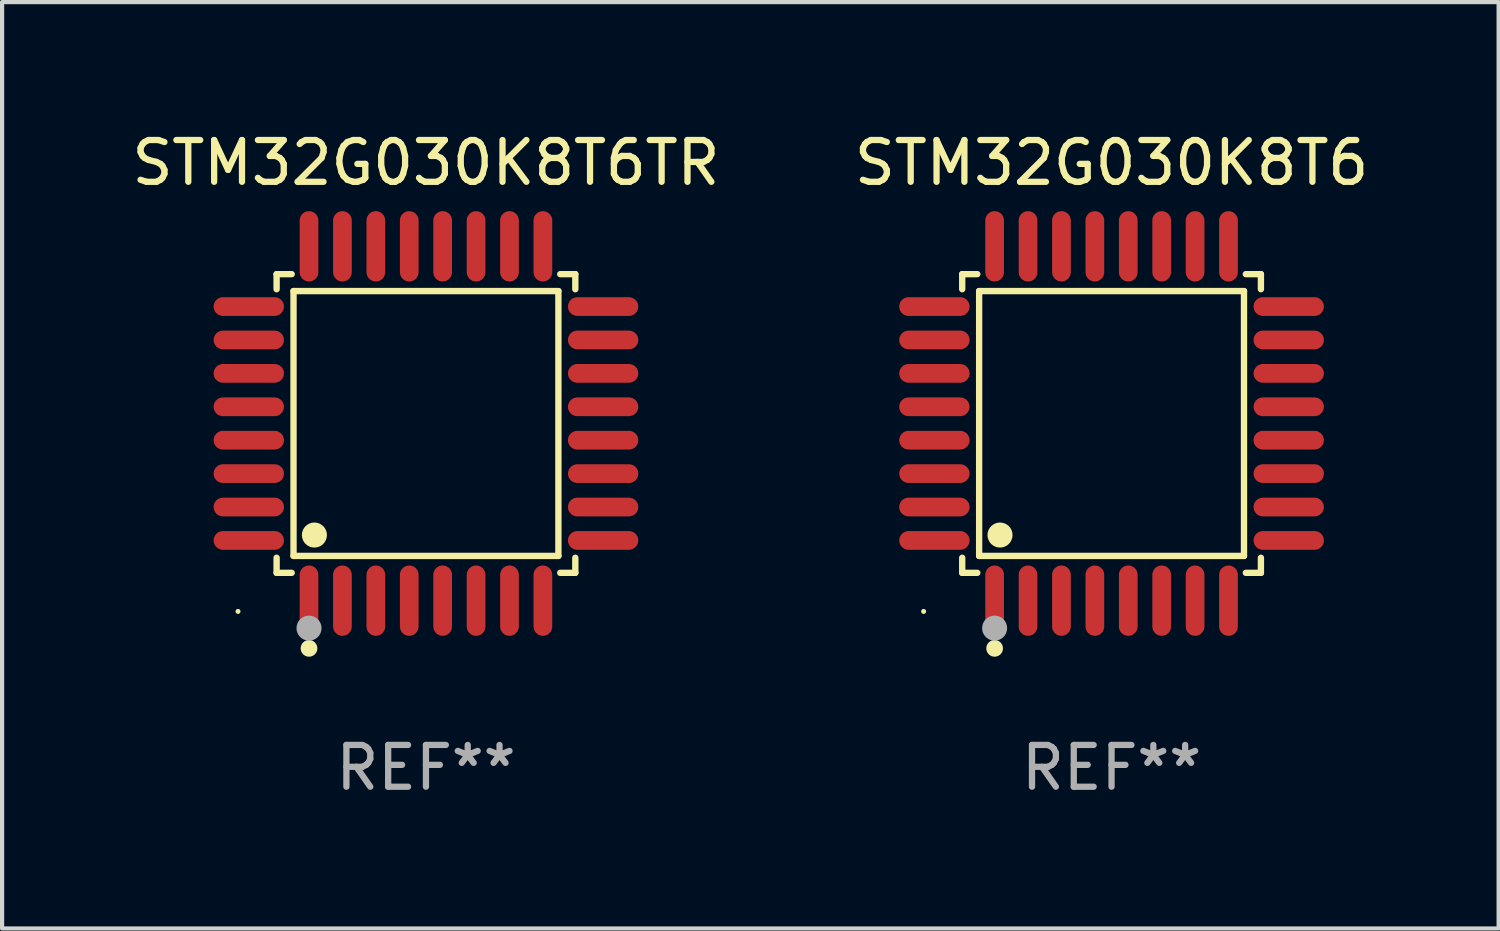
<source format=kicad_pcb>
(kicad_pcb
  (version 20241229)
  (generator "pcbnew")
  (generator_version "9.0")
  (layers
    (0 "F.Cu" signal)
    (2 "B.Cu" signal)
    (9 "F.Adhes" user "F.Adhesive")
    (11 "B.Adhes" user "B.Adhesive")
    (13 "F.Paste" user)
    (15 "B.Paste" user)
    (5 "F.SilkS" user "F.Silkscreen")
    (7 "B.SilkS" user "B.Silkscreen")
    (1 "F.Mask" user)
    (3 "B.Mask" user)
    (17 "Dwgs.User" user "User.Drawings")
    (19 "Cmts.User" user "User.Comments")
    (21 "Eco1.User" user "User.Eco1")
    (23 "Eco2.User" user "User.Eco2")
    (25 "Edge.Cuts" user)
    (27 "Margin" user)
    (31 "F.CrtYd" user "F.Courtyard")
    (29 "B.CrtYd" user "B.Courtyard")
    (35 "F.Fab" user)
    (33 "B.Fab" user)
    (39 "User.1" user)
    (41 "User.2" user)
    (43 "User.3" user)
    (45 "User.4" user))
  (footprint "STM32G030K8T6"
    (layer "F.Cu")
    (at 23.565 7.09)
    (property "Reference" "STM32G030K8T6" (at 0 -6.242 0) (layer "F.SilkS") (effects (font (size 1 1) (thickness 0.15))))
    (attr through_hole)
    (fp_line (start -3.576 -3.576) (end -3.215 -3.576) (stroke (width 0.152) (type solid)) (layer "F.SilkS"))
    (fp_line (start -3.576 -3.215) (end -3.576 -3.576) (stroke (width 0.152) (type solid)) (layer "F.SilkS"))
    (fp_line (start -3.576 3.215) (end -3.576 3.576) (stroke (width 0.152) (type solid)) (layer "F.SilkS"))
    (fp_line (start -3.576 3.576) (end -3.215 3.576) (stroke (width 0.152) (type solid)) (layer "F.SilkS"))
    (fp_line (start -3.171 -3.171) (end 3.171 -3.171) (stroke (width 0.152) (type solid)) (layer "F.SilkS"))
    (fp_line (start -3.171 3.171) (end -3.171 -3.171) (stroke (width 0.152) (type solid)) (layer "F.SilkS"))
    (fp_line (start 3.171 -3.171) (end 3.171 3.171) (stroke (width 0.152) (type solid)) (layer "F.SilkS"))
    (fp_line (start 3.171 3.171) (end -3.171 3.171) (stroke (width 0.152) (type solid)) (layer "F.SilkS"))
    (fp_line (start 3.576 -3.576) (end 3.215 -3.576) (stroke (width 0.152) (type solid)) (layer "F.SilkS"))
    (fp_line (start 3.576 -3.215) (end 3.576 -3.576) (stroke (width 0.152) (type solid)) (layer "F.SilkS"))
    (fp_line (start 3.576 3.215) (end 3.576 3.576) (stroke (width 0.152) (type solid)) (layer "F.SilkS"))
    (fp_line (start 3.576 3.576) (end 3.215 3.576) (stroke (width 0.152) (type solid)) (layer "F.SilkS"))
    (fp_circle (center -4.5 4.5) (end -4.47 4.5) (stroke (width 0.06) (type solid)) (fill no) (layer "F.SilkS"))
    (fp_circle (center -2.8 5.384) (end -2.7 5.384) (stroke (width 0.2) (type solid)) (fill no) (layer "F.SilkS"))
    (fp_circle (center -2.671 2.671) (end -2.521 2.671) (stroke (width 0.3) (type solid)) (fill no) (layer "F.SilkS"))
    (fp_circle (center -2.8 4.9) (end -2.65 4.9) (stroke (width 0.3) (type solid)) (fill no) (layer "F.Fab"))
    (fp_text user "REF**" (at 0 8.242 0) (layer "F.Fab") (effects (font (size 1 1) (thickness 0.15))))
    (pad "1" smd oval (at -2.8 4.242) (size 0.448 1.684) (layers "F.Cu" "F.Mask" "F.Paste"))
    (pad "2" smd oval (at -2 4.242) (size 0.448 1.684) (layers "F.Cu" "F.Mask" "F.Paste"))
    (pad "3" smd oval (at -1.2 4.242) (size 0.448 1.684) (layers "F.Cu" "F.Mask" "F.Paste"))
    (pad "4" smd oval (at -0.4 4.242) (size 0.448 1.684) (layers "F.Cu" "F.Mask" "F.Paste"))
    (pad "5" smd oval (at 0.4 4.242) (size 0.448 1.684) (layers "F.Cu" "F.Mask" "F.Paste"))
    (pad "6" smd oval (at 1.2 4.242) (size 0.448 1.684) (layers "F.Cu" "F.Mask" "F.Paste"))
    (pad "7" smd oval (at 2 4.242) (size 0.448 1.684) (layers "F.Cu" "F.Mask" "F.Paste"))
    (pad "8" smd oval (at 2.8 4.242) (size 0.448 1.684) (layers "F.Cu" "F.Mask" "F.Paste"))
    (pad "9" smd oval (at 4.242 2.8) (size 1.684 0.448) (layers "F.Cu" "F.Mask" "F.Paste"))
    (pad "10" smd oval (at 4.242 2) (size 1.684 0.448) (layers "F.Cu" "F.Mask" "F.Paste"))
    (pad "11" smd oval (at 4.242 1.2) (size 1.684 0.448) (layers "F.Cu" "F.Mask" "F.Paste"))
    (pad "12" smd oval (at 4.242 0.4) (size 1.684 0.448) (layers "F.Cu" "F.Mask" "F.Paste"))
    (pad "13" smd oval (at 4.242 -0.4) (size 1.684 0.448) (layers "F.Cu" "F.Mask" "F.Paste"))
    (pad "14" smd oval (at 4.242 -1.2) (size 1.684 0.448) (layers "F.Cu" "F.Mask" "F.Paste"))
    (pad "15" smd oval (at 4.242 -2) (size 1.684 0.448) (layers "F.Cu" "F.Mask" "F.Paste"))
    (pad "16" smd oval (at 4.242 -2.8) (size 1.684 0.448) (layers "F.Cu" "F.Mask" "F.Paste"))
    (pad "17" smd oval (at 2.8 -4.242) (size 0.448 1.684) (layers "F.Cu" "F.Mask" "F.Paste"))
    (pad "18" smd oval (at 2 -4.242) (size 0.448 1.684) (layers "F.Cu" "F.Mask" "F.Paste"))
    (pad "19" smd oval (at 1.2 -4.242) (size 0.448 1.684) (layers "F.Cu" "F.Mask" "F.Paste"))
    (pad "20" smd oval (at 0.4 -4.242) (size 0.448 1.684) (layers "F.Cu" "F.Mask" "F.Paste"))
    (pad "21" smd oval (at -0.4 -4.242) (size 0.448 1.684) (layers "F.Cu" "F.Mask" "F.Paste"))
    (pad "22" smd oval (at -1.2 -4.242) (size 0.448 1.684) (layers "F.Cu" "F.Mask" "F.Paste"))
    (pad "23" smd oval (at -2 -4.242) (size 0.448 1.684) (layers "F.Cu" "F.Mask" "F.Paste"))
    (pad "24" smd oval (at -2.8 -4.242) (size 0.448 1.684) (layers "F.Cu" "F.Mask" "F.Paste"))
    (pad "25" smd oval (at -4.242 -2.8) (size 1.684 0.448) (layers "F.Cu" "F.Mask" "F.Paste"))
    (pad "26" smd oval (at -4.242 -2) (size 1.684 0.448) (layers "F.Cu" "F.Mask" "F.Paste"))
    (pad "27" smd oval (at -4.242 -1.2) (size 1.684 0.448) (layers "F.Cu" "F.Mask" "F.Paste"))
    (pad "28" smd oval (at -4.242 -0.4) (size 1.684 0.448) (layers "F.Cu" "F.Mask" "F.Paste"))
    (pad "29" smd oval (at -4.242 0.4) (size 1.684 0.448) (layers "F.Cu" "F.Mask" "F.Paste"))
    (pad "30" smd oval (at -4.242 1.2) (size 1.684 0.448) (layers "F.Cu" "F.Mask" "F.Paste"))
    (pad "31" smd oval (at -4.242 2) (size 1.684 0.448) (layers "F.Cu" "F.Mask" "F.Paste"))
    (pad "32" smd oval (at -4.242 2.8) (size 1.684 0.448) (layers "F.Cu" "F.Mask" "F.Paste")))
  (footprint "STM32G030K8T6TR"
    (layer "F.Cu")
    (at 7.149 7.09)
    (property "Reference" "STM32G030K8T6TR" (at 0 -6.242 0) (layer "F.SilkS") (effects (font (size 1 1) (thickness 0.15))))
    (attr through_hole)
    (fp_line (start -3.576 -3.576) (end -3.215 -3.576) (stroke (width 0.152) (type solid)) (layer "F.SilkS"))
    (fp_line (start -3.576 -3.215) (end -3.576 -3.576) (stroke (width 0.152) (type solid)) (layer "F.SilkS"))
    (fp_line (start -3.576 3.215) (end -3.576 3.576) (stroke (width 0.152) (type solid)) (layer "F.SilkS"))
    (fp_line (start -3.576 3.576) (end -3.215 3.576) (stroke (width 0.152) (type solid)) (layer "F.SilkS"))
    (fp_line (start -3.171 -3.171) (end 3.171 -3.171) (stroke (width 0.152) (type solid)) (layer "F.SilkS"))
    (fp_line (start -3.171 3.171) (end -3.171 -3.171) (stroke (width 0.152) (type solid)) (layer "F.SilkS"))
    (fp_line (start 3.171 -3.171) (end 3.171 3.171) (stroke (width 0.152) (type solid)) (layer "F.SilkS"))
    (fp_line (start 3.171 3.171) (end -3.171 3.171) (stroke (width 0.152) (type solid)) (layer "F.SilkS"))
    (fp_line (start 3.576 -3.576) (end 3.215 -3.576) (stroke (width 0.152) (type solid)) (layer "F.SilkS"))
    (fp_line (start 3.576 -3.215) (end 3.576 -3.576) (stroke (width 0.152) (type solid)) (layer "F.SilkS"))
    (fp_line (start 3.576 3.215) (end 3.576 3.576) (stroke (width 0.152) (type solid)) (layer "F.SilkS"))
    (fp_line (start 3.576 3.576) (end 3.215 3.576) (stroke (width 0.152) (type solid)) (layer "F.SilkS"))
    (fp_circle (center -4.5 4.5) (end -4.47 4.5) (stroke (width 0.06) (type solid)) (fill no) (layer "F.SilkS"))
    (fp_circle (center -2.8 5.384) (end -2.7 5.384) (stroke (width 0.2) (type solid)) (fill no) (layer "F.SilkS"))
    (fp_circle (center -2.671 2.671) (end -2.521 2.671) (stroke (width 0.3) (type solid)) (fill no) (layer "F.SilkS"))
    (fp_circle (center -2.8 4.9) (end -2.65 4.9) (stroke (width 0.3) (type solid)) (fill no) (layer "F.Fab"))
    (fp_text user "REF**" (at 0 8.242 0) (layer "F.Fab") (effects (font (size 1 1) (thickness 0.15))))
    (pad "1" smd oval (at -2.8 4.242) (size 0.448 1.684) (layers "F.Cu" "F.Mask" "F.Paste"))
    (pad "2" smd oval (at -2 4.242) (size 0.448 1.684) (layers "F.Cu" "F.Mask" "F.Paste"))
    (pad "3" smd oval (at -1.2 4.242) (size 0.448 1.684) (layers "F.Cu" "F.Mask" "F.Paste"))
    (pad "4" smd oval (at -0.4 4.242) (size 0.448 1.684) (layers "F.Cu" "F.Mask" "F.Paste"))
    (pad "5" smd oval (at 0.4 4.242) (size 0.448 1.684) (layers "F.Cu" "F.Mask" "F.Paste"))
    (pad "6" smd oval (at 1.2 4.242) (size 0.448 1.684) (layers "F.Cu" "F.Mask" "F.Paste"))
    (pad "7" smd oval (at 2 4.242) (size 0.448 1.684) (layers "F.Cu" "F.Mask" "F.Paste"))
    (pad "8" smd oval (at 2.8 4.242) (size 0.448 1.684) (layers "F.Cu" "F.Mask" "F.Paste"))
    (pad "9" smd oval (at 4.242 2.8) (size 1.684 0.448) (layers "F.Cu" "F.Mask" "F.Paste"))
    (pad "10" smd oval (at 4.242 2) (size 1.684 0.448) (layers "F.Cu" "F.Mask" "F.Paste"))
    (pad "11" smd oval (at 4.242 1.2) (size 1.684 0.448) (layers "F.Cu" "F.Mask" "F.Paste"))
    (pad "12" smd oval (at 4.242 0.4) (size 1.684 0.448) (layers "F.Cu" "F.Mask" "F.Paste"))
    (pad "13" smd oval (at 4.242 -0.4) (size 1.684 0.448) (layers "F.Cu" "F.Mask" "F.Paste"))
    (pad "14" smd oval (at 4.242 -1.2) (size 1.684 0.448) (layers "F.Cu" "F.Mask" "F.Paste"))
    (pad "15" smd oval (at 4.242 -2) (size 1.684 0.448) (layers "F.Cu" "F.Mask" "F.Paste"))
    (pad "16" smd oval (at 4.242 -2.8) (size 1.684 0.448) (layers "F.Cu" "F.Mask" "F.Paste"))
    (pad "17" smd oval (at 2.8 -4.242) (size 0.448 1.684) (layers "F.Cu" "F.Mask" "F.Paste"))
    (pad "18" smd oval (at 2 -4.242) (size 0.448 1.684) (layers "F.Cu" "F.Mask" "F.Paste"))
    (pad "19" smd oval (at 1.2 -4.242) (size 0.448 1.684) (layers "F.Cu" "F.Mask" "F.Paste"))
    (pad "20" smd oval (at 0.4 -4.242) (size 0.448 1.684) (layers "F.Cu" "F.Mask" "F.Paste"))
    (pad "21" smd oval (at -0.4 -4.242) (size 0.448 1.684) (layers "F.Cu" "F.Mask" "F.Paste"))
    (pad "22" smd oval (at -1.2 -4.242) (size 0.448 1.684) (layers "F.Cu" "F.Mask" "F.Paste"))
    (pad "23" smd oval (at -2 -4.242) (size 0.448 1.684) (layers "F.Cu" "F.Mask" "F.Paste"))
    (pad "24" smd oval (at -2.8 -4.242) (size 0.448 1.684) (layers "F.Cu" "F.Mask" "F.Paste"))
    (pad "25" smd oval (at -4.242 -2.8) (size 1.684 0.448) (layers "F.Cu" "F.Mask" "F.Paste"))
    (pad "26" smd oval (at -4.242 -2) (size 1.684 0.448) (layers "F.Cu" "F.Mask" "F.Paste"))
    (pad "27" smd oval (at -4.242 -1.2) (size 1.684 0.448) (layers "F.Cu" "F.Mask" "F.Paste"))
    (pad "28" smd oval (at -4.242 -0.4) (size 1.684 0.448) (layers "F.Cu" "F.Mask" "F.Paste"))
    (pad "29" smd oval (at -4.242 0.4) (size 1.684 0.448) (layers "F.Cu" "F.Mask" "F.Paste"))
    (pad "30" smd oval (at -4.242 1.2) (size 1.684 0.448) (layers "F.Cu" "F.Mask" "F.Paste"))
    (pad "31" smd oval (at -4.242 2) (size 1.684 0.448) (layers "F.Cu" "F.Mask" "F.Paste"))
    (pad "32" smd oval (at -4.242 2.8) (size 1.684 0.448) (layers "F.Cu" "F.Mask" "F.Paste")))
  (gr_rect
    (start -3 -3)
    (end 32.833 19.181)
    (stroke (width 0.1) (type default))
    (fill no)
    (layer "Edge.Cuts")))
</source>
